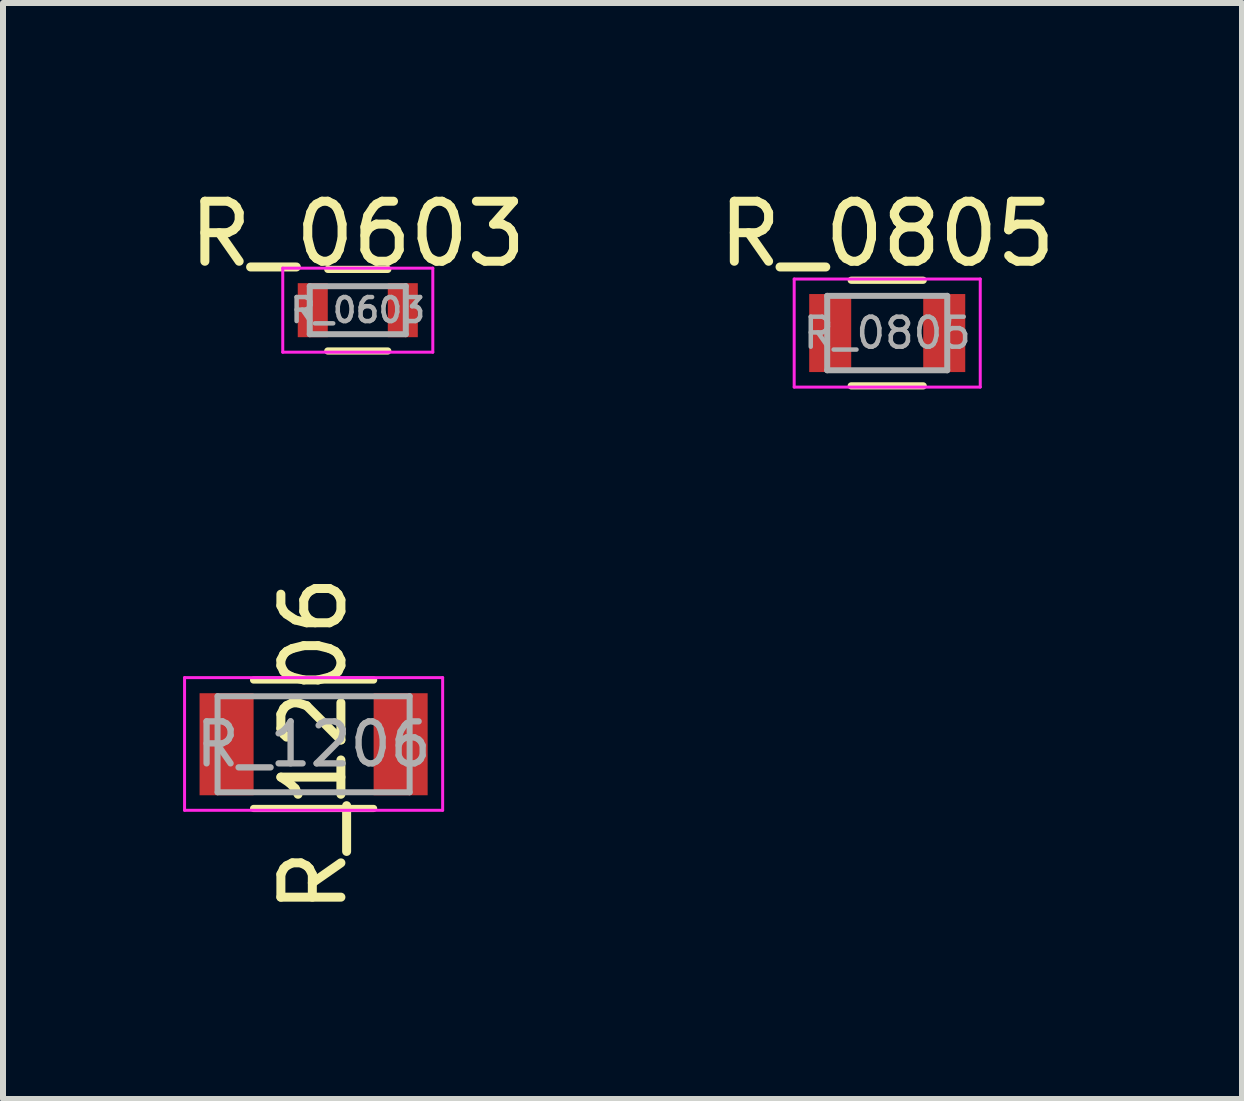
<source format=kicad_pcb>
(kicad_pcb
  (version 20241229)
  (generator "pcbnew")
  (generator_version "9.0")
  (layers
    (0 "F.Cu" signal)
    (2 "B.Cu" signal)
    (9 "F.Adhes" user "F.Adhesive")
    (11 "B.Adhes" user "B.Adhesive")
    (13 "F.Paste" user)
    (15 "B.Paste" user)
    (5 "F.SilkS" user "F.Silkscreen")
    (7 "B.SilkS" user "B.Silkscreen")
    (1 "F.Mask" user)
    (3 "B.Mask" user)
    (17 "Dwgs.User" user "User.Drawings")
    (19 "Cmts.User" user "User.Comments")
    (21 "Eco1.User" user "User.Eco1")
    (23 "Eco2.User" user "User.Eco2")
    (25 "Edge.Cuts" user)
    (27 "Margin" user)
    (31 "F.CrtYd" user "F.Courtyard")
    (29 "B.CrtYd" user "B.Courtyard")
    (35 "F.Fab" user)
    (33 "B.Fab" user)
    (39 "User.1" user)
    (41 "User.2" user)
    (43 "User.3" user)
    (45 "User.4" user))
  (footprint "R_0603"
    (layer "F.Cu")
    (at 2.911 2.118)
    (property "Reference" "R_0603" (at 0 -1.27 180) (layer "F.SilkS") (effects (font (size 1 1) (thickness 0.15))))
    (attr smd)
    (fp_line (start -0.5 -0.68) (end 0.5 -0.68) (stroke (width 0.12) (type solid)) (layer "F.SilkS"))
    (fp_line (start 0.5 0.68) (end -0.5 0.68) (stroke (width 0.12) (type solid)) (layer "F.SilkS"))
    (fp_line (start -1.25 -0.7) (end -1.25 0.7) (stroke (width 0.05) (type solid)) (layer "F.CrtYd"))
    (fp_line (start -1.25 -0.7) (end 1.25 -0.7) (stroke (width 0.05) (type solid)) (layer "F.CrtYd"))
    (fp_line (start 1.25 0.7) (end -1.25 0.7) (stroke (width 0.05) (type solid)) (layer "F.CrtYd"))
    (fp_line (start 1.25 0.7) (end 1.25 -0.7) (stroke (width 0.05) (type solid)) (layer "F.CrtYd"))
    (fp_line (start -0.8 -0.4) (end 0.8 -0.4) (stroke (width 0.1) (type solid)) (layer "F.Fab"))
    (fp_line (start -0.8 0.4) (end -0.8 -0.4) (stroke (width 0.1) (type solid)) (layer "F.Fab"))
    (fp_line (start 0.8 -0.4) (end 0.8 0.4) (stroke (width 0.1) (type solid)) (layer "F.Fab"))
    (fp_line (start 0.8 0.4) (end -0.8 0.4) (stroke (width 0.1) (type solid)) (layer "F.Fab"))
    (fp_text user "${REFERENCE}" (at 0 0 0) (layer "F.Fab") (effects (font (size 0.4 0.4) (thickness 0.075))))
    (pad "1" smd rect (at -0.75 0) (size 0.5 0.9) (layers "F.Cu" "F.Mask" "F.Paste"))
    (pad "2" smd rect (at 0.75 0) (size 0.5 0.9) (layers "F.Cu" "F.Mask" "F.Paste")))
  (footprint "R_0805"
    (layer "F.Cu")
    (at 11.732 2.499)
    (property "Reference" "R_0805" (at 0 -1.651 180) (layer "F.SilkS") (effects (font (size 1 1) (thickness 0.15))))
    (attr smd)
    (fp_line (start -0.6 -0.88) (end 0.6 -0.88) (stroke (width 0.12) (type solid)) (layer "F.SilkS"))
    (fp_line (start 0.6 0.88) (end -0.6 0.88) (stroke (width 0.12) (type solid)) (layer "F.SilkS"))
    (fp_line (start -1.55 -0.9) (end -1.55 0.9) (stroke (width 0.05) (type solid)) (layer "F.CrtYd"))
    (fp_line (start -1.55 -0.9) (end 1.55 -0.9) (stroke (width 0.05) (type solid)) (layer "F.CrtYd"))
    (fp_line (start 1.55 0.9) (end -1.55 0.9) (stroke (width 0.05) (type solid)) (layer "F.CrtYd"))
    (fp_line (start 1.55 0.9) (end 1.55 -0.9) (stroke (width 0.05) (type solid)) (layer "F.CrtYd"))
    (fp_line (start -1 -0.62) (end 1 -0.62) (stroke (width 0.1) (type solid)) (layer "F.Fab"))
    (fp_line (start -1 0.62) (end -1 -0.62) (stroke (width 0.1) (type solid)) (layer "F.Fab"))
    (fp_line (start 1 -0.62) (end 1 0.62) (stroke (width 0.1) (type solid)) (layer "F.Fab"))
    (fp_line (start 1 0.62) (end -1 0.62) (stroke (width 0.1) (type solid)) (layer "F.Fab"))
    (fp_text user "${REFERENCE}" (at 0 0 0) (layer "F.Fab") (effects (font (size 0.5 0.5) (thickness 0.075))))
    (pad "1" smd rect (at -0.95 0) (size 0.7 1.3) (layers "F.Cu" "F.Mask" "F.Paste"))
    (pad "2" smd rect (at 0.95 0) (size 0.7 1.3) (layers "F.Cu" "F.Mask" "F.Paste")))
  (footprint "R_1206"
    (layer "F.Cu")
    (at 2.175 9.35)
    (property "Reference" "R_1206" (at 0 0 90) (layer "F.SilkS") (effects (font (size 1 1) (thickness 0.15))))
    (attr smd)
    (fp_line (start -1 -1.07) (end 1 -1.07) (stroke (width 0.12) (type solid)) (layer "F.SilkS"))
    (fp_line (start 1 1.07) (end -1 1.07) (stroke (width 0.12) (type solid)) (layer "F.SilkS"))
    (fp_line (start -2.15 -1.11) (end -2.15 1.1) (stroke (width 0.05) (type solid)) (layer "F.CrtYd"))
    (fp_line (start -2.15 -1.11) (end 2.15 -1.11) (stroke (width 0.05) (type solid)) (layer "F.CrtYd"))
    (fp_line (start 2.15 1.1) (end -2.15 1.1) (stroke (width 0.05) (type solid)) (layer "F.CrtYd"))
    (fp_line (start 2.15 1.1) (end 2.15 -1.11) (stroke (width 0.05) (type solid)) (layer "F.CrtYd"))
    (fp_line (start -1.6 -0.8) (end 1.6 -0.8) (stroke (width 0.1) (type solid)) (layer "F.Fab"))
    (fp_line (start -1.6 0.8) (end -1.6 -0.8) (stroke (width 0.1) (type solid)) (layer "F.Fab"))
    (fp_line (start 1.6 -0.8) (end 1.6 0.8) (stroke (width 0.1) (type solid)) (layer "F.Fab"))
    (fp_line (start 1.6 0.8) (end -1.6 0.8) (stroke (width 0.1) (type solid)) (layer "F.Fab"))
    (fp_text user "${REFERENCE}" (at 0 0 0) (layer "F.Fab") (effects (font (size 0.7 0.7) (thickness 0.105))))
    (pad "1" smd rect (at -1.45 0) (size 0.9 1.7) (layers "F.Cu" "F.Mask" "F.Paste"))
    (pad "2" smd rect (at 1.45 0) (size 0.9 1.7) (layers "F.Cu" "F.Mask" "F.Paste")))
  (gr_rect
    (start -3 -3)
    (end 17.643 15.261)
    (stroke (width 0.1) (type default))
    (fill no)
    (layer "Edge.Cuts")))
</source>
